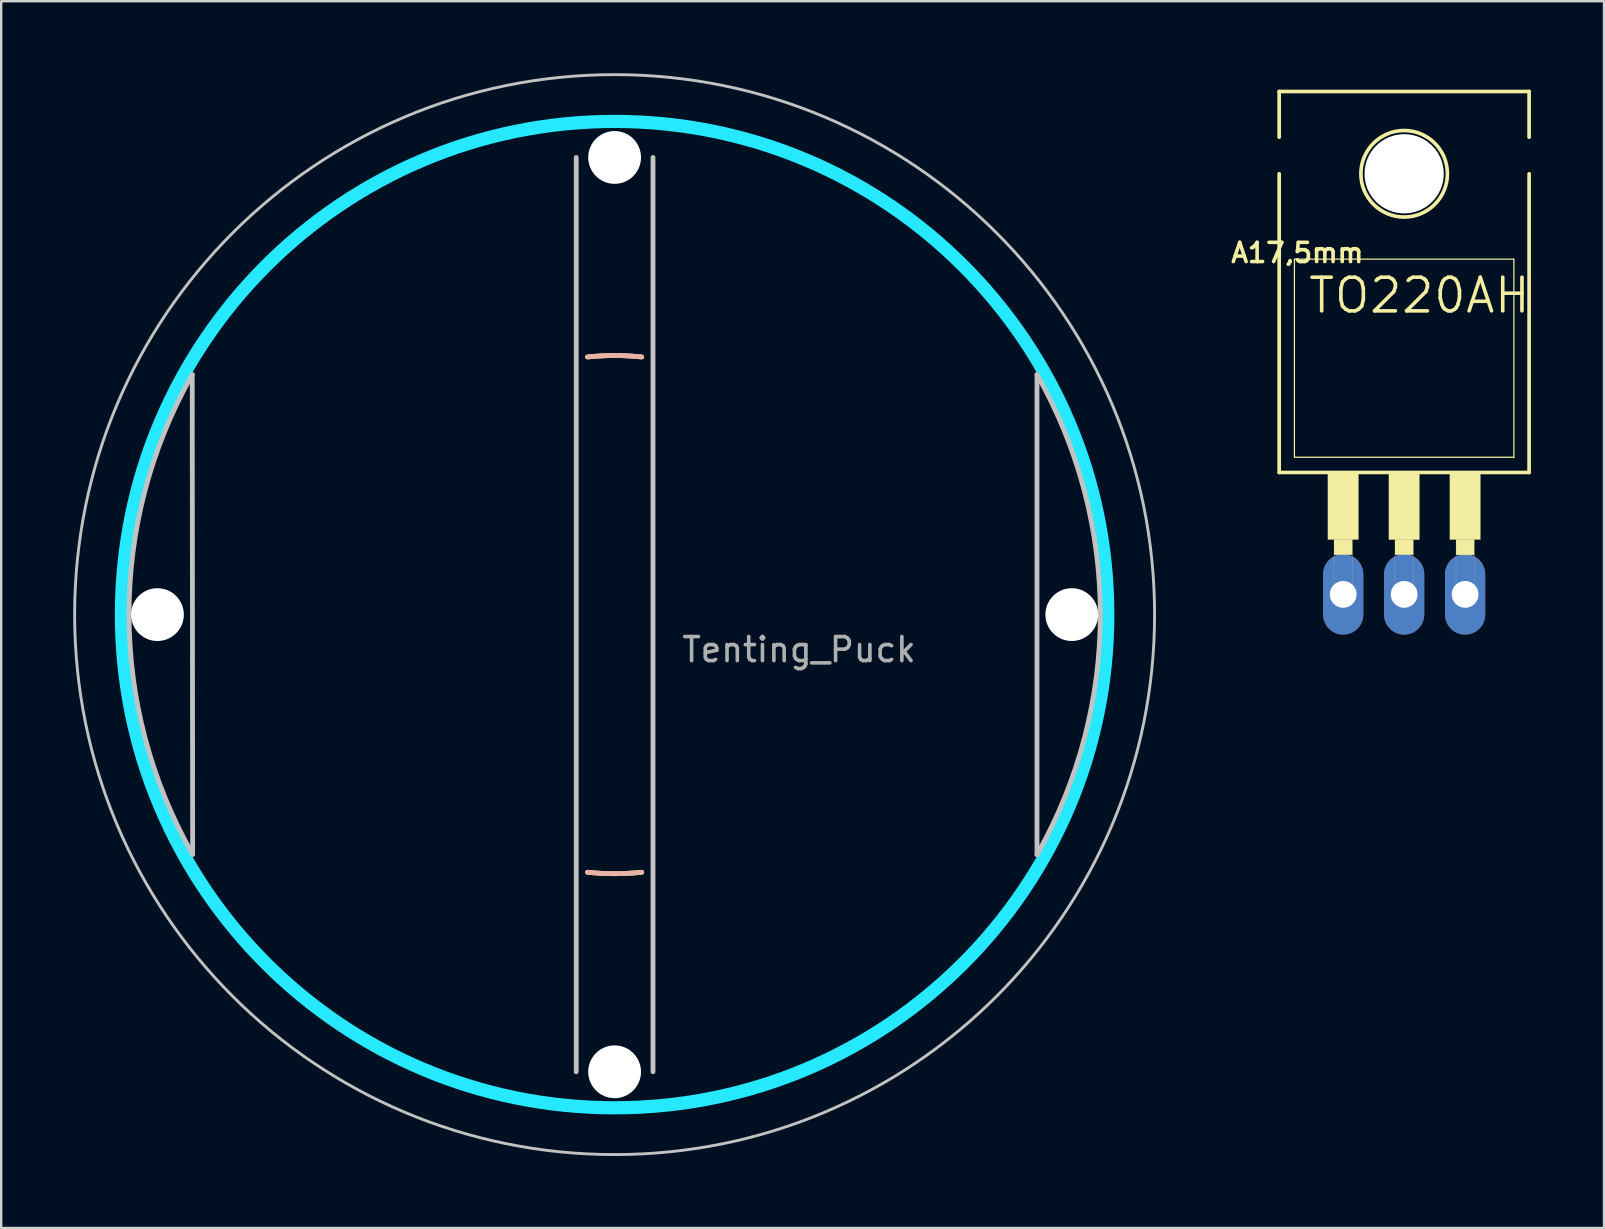
<source format=kicad_pcb>
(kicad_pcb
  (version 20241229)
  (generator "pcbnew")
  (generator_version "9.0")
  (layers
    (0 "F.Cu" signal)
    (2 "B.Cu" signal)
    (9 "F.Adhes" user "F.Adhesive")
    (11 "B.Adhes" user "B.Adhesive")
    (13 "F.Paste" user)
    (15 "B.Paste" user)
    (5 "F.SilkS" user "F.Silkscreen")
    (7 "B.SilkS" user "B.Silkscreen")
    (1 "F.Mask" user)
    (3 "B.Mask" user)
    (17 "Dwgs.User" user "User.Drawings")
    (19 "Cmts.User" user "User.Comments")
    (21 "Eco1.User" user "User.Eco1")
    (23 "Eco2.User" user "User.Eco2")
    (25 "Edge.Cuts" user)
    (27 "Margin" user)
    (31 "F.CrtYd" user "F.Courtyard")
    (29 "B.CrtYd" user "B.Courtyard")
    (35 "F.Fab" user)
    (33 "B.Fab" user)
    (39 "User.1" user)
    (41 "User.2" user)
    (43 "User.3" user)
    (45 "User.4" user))
  (footprint "Tenting_Puck"
    (layer "F.Cu")
    (at 22.56 22.56)
    (property "Reference" "Tenting_Puck" (at 7.684 1.46 0) (layer "F.Fab") (effects (font (size 1 1) (thickness 0.15))))
    (attr through_hole)
    (fp_arc (start -20.32 -2.8575) (mid -19.91151 -4.959786) (end -19.286134 -7.008048) (stroke (width 0.2) (type solid)) (layer "F.SilkS"))
    (fp_arc (start -19.286134 7.008047) (mid -19.91151 4.959786) (end -20.32 2.8575) (stroke (width 0.2) (type solid)) (layer "F.SilkS"))
    (fp_arc (start -7.008048 -19.286134) (mid -4.959786 -19.91151) (end -2.8575 -20.32) (stroke (width 0.2) (type solid)) (layer "F.SilkS"))
    (fp_arc (start -2.8575 20.32) (mid -4.959785 19.91151) (end -7.008046 19.286135) (stroke (width 0.2) (type solid)) (layer "F.SilkS"))
    (fp_arc (start -1.128385 -10.735864) (mid -0.564967 -10.780206) (end 0 -10.795) (stroke (width 0.2) (type solid)) (layer "F.SilkS"))
    (fp_arc (start 0 -10.795) (mid 0.564967 -10.780206) (end 1.128385 -10.735864) (stroke (width 0.2) (type solid)) (layer "F.SilkS"))
    (fp_arc (start 0 10.795) (mid -0.564967 10.780206) (end -1.128385 10.735864) (stroke (width 0.2) (type solid)) (layer "F.SilkS"))
    (fp_arc (start 1.128385 10.735864) (mid 0.564967 10.780206) (end 0 10.795) (stroke (width 0.2) (type solid)) (layer "F.SilkS"))
    (fp_arc (start 2.8575 -20.32) (mid 4.959786 -19.91151) (end 7.008047 -19.286134) (stroke (width 0.2) (type solid)) (layer "F.SilkS"))
    (fp_arc (start 7.008047 19.286134) (mid 4.959786 19.91151) (end 2.8575 20.32) (stroke (width 0.2) (type solid)) (layer "F.SilkS"))
    (fp_arc (start 19.286135 -7.008045) (mid 19.91151 -4.959785) (end 20.32 -2.8575) (stroke (width 0.2) (type solid)) (layer "F.SilkS"))
    (fp_arc (start 20.32 2.8575) (mid 19.91151 4.959785) (end 19.286135 7.008046) (stroke (width 0.2) (type solid)) (layer "F.SilkS"))
    (fp_arc (start -20.32 -2.8575) (mid -19.91151 -4.959784) (end -19.286136 -7.008044) (stroke (width 0.2) (type solid)) (layer "B.SilkS"))
    (fp_arc (start -19.286135 7.008046) (mid -19.91151 4.959785) (end -20.32 2.8575) (stroke (width 0.2) (type solid)) (layer "B.SilkS"))
    (fp_arc (start -7.008046 -19.286135) (mid -4.959785 -19.91151) (end -2.8575 -20.32) (stroke (width 0.2) (type solid)) (layer "B.SilkS"))
    (fp_arc (start -2.8575 20.32) (mid -4.959785 19.91151) (end -7.008045 19.286135) (stroke (width 0.2) (type solid)) (layer "B.SilkS"))
    (fp_arc (start -1.128385 -10.735864) (mid -0.564967 -10.780206) (end 0 -10.795) (stroke (width 0.2) (type solid)) (layer "B.SilkS"))
    (fp_arc (start 0 -10.795) (mid 0.564967 -10.780206) (end 1.128385 -10.735864) (stroke (width 0.2) (type solid)) (layer "B.SilkS"))
    (fp_arc (start 0 10.795) (mid -0.564967 10.780206) (end -1.128385 10.735864) (stroke (width 0.2) (type solid)) (layer "B.SilkS"))
    (fp_arc (start 1.128385 10.735864) (mid 0.564967 10.780206) (end 0 10.795) (stroke (width 0.2) (type solid)) (layer "B.SilkS"))
    (fp_arc (start 2.8575 -20.32) (mid 4.959787 -19.91151) (end 7.008049 -19.286134) (stroke (width 0.2) (type solid)) (layer "B.SilkS"))
    (fp_arc (start 7.008045 19.286135) (mid 4.959785 19.91151) (end 2.8575 20.32) (stroke (width 0.2) (type solid)) (layer "B.SilkS"))
    (fp_arc (start 19.286134 -7.008048) (mid 19.91151 -4.959786) (end 20.32 -2.8575) (stroke (width 0.2) (type solid)) (layer "B.SilkS"))
    (fp_arc (start 20.32 2.8575) (mid 19.91151 4.959786) (end 19.286134 7.008048) (stroke (width 0.2) (type solid)) (layer "B.SilkS"))
    (fp_line (start -17.583 9.99) (end -17.6 -10) (stroke (width 0.2) (type solid)) (layer "Dwgs.User"))
    (fp_line (start -1.6 19.05) (end -1.6 -19.05) (stroke (width 0.2) (type solid)) (layer "Dwgs.User"))
    (fp_line (start 1.6 19.05) (end 1.6 -19.05) (stroke (width 0.2) (type solid)) (layer "Dwgs.User"))
    (fp_line (start 17.6 10) (end 17.6 -10) (stroke (width 0.2) (type solid)) (layer "Dwgs.User"))
    (fp_arc (start -17.582827 9.990223) (mid -20.232649 -0.00262) (end -17.599999 -10) (stroke (width 0.2) (type default)) (layer "Dwgs.User"))
    (fp_arc (start 17.599999 -10) (mid 20.238618 0) (end 17.599999 10) (stroke (width 0.2) (type default)) (layer "Dwgs.User"))
    (fp_circle (center 0 0) (end 22.5 0) (stroke (width 0.12) (type default)) (fill no) (layer "Dwgs.User"))
    (fp_circle (center 0 0) (end 20.55 0) (stroke (width 0.55) (type solid)) (fill no) (layer "B.CrtYd"))
    (fp_circle (center -19.05 0) (end -17.3 0) (stroke (width 0.12) (type default)) (fill no) (layer "User.4"))
    (fp_circle (center 0 -19.05) (end 1.75 -19.05) (stroke (width 0.12) (type default)) (fill no) (layer "User.4"))
    (fp_circle (center 0 19.05) (end 1.75 19.05) (stroke (width 0.12) (type default)) (fill no) (layer "User.4"))
    (fp_circle (center 19.05 0) (end 20.8 0) (stroke (width 0.12) (type default)) (fill no) (layer "User.4"))
    (fp_circle (center 0 0) (end 22.5 0) (stroke (width 0.12) (type default)) (fill no) (layer "User.5"))
    (fp_circle (center -19.05 0) (end -17.95 0) (stroke (width 0.1) (type default)) (fill no) (layer "User.8"))
    (fp_circle (center 0 -19.05) (end 1.1 -19.05) (stroke (width 0.1) (type default)) (fill no) (layer "User.8"))
    (fp_circle (center 0 19.05) (end 1.1 19.05) (stroke (width 0.1) (type default)) (fill no) (layer "User.8"))
    (fp_circle (center 19.05 0) (end 20.15 0) (stroke (width 0.1) (type default)) (fill no) (layer "User.8"))
    (fp_circle (center 0 0) (end 20.55 0) (stroke (width 0.1) (type solid)) (fill no) (layer "User.9"))
    (pad "" np_thru_hole circle (at -19.05 0) (size 2.2 2.2) (drill 2.2) (layers "*.Cu" "*.Mask"))
    (pad "" np_thru_hole circle (at 0 -19.05) (size 2.2 2.2) (drill 2.2) (layers "*.Cu" "*.Mask"))
    (pad "" np_thru_hole circle (at 0 19.05) (size 2.2 2.2) (drill 2.2) (layers "*.Cu" "*.Mask"))
    (pad "" np_thru_hole circle (at 19.05 0) (size 2.2 2.2) (drill 2.2) (layers "*.Cu" "*.Mask")))
  (footprint "TO220AH"
    (layer "F.Cu")
    (at 55.459 15.367)
    (property "Reference" "TO220AH" (at 0.636 -6.105 0) (layer "F.SilkS") (effects (font (size 1.402 1.402) (thickness 0.15))))
    (attr through_hole)
    (fp_line (start -5.207 -12.7) (end -5.207 -14.605) (stroke (width 0.152) (type solid)) (layer "F.SilkS"))
    (fp_line (start -5.207 1.27) (end -5.207 -11.176) (stroke (width 0.152) (type solid)) (layer "F.SilkS"))
    (fp_line (start -5.207 1.27) (end 5.207 1.27) (stroke (width 0.152) (type solid)) (layer "F.SilkS"))
    (fp_line (start -4.572 0.635) (end -4.572 -7.62) (stroke (width 0.051) (type solid)) (layer "F.SilkS"))
    (fp_line (start -4.572 0.635) (end 4.572 0.635) (stroke (width 0.051) (type solid)) (layer "F.SilkS"))
    (fp_line (start 4.572 -7.62) (end -4.572 -7.62) (stroke (width 0.051) (type solid)) (layer "F.SilkS"))
    (fp_line (start 4.572 -7.62) (end 4.572 0.635) (stroke (width 0.051) (type solid)) (layer "F.SilkS"))
    (fp_line (start 5.207 -14.605) (end -5.207 -14.605) (stroke (width 0.152) (type solid)) (layer "F.SilkS"))
    (fp_line (start 5.207 -12.7) (end 5.207 -14.605) (stroke (width 0.152) (type solid)) (layer "F.SilkS"))
    (fp_line (start 5.207 1.27) (end 5.207 -11.176) (stroke (width 0.152) (type solid)) (layer "F.SilkS"))
    (fp_circle (center 0 -11.176) (end 1.803 -11.176) (stroke (width 0.152) (type solid)) (fill no) (layer "F.SilkS"))
    (fp_poly (pts (xy -3.177 1.27) (xy -1.905 1.27) (xy -1.905 4.066) (xy -3.177 4.066)) (stroke (width 0.01) (type solid)) (fill yes) (layer "F.SilkS"))
    (fp_poly (pts (xy -2.922 4.064) (xy -2.159 4.064) (xy -2.159 4.7) (xy -2.922 4.7)) (stroke (width 0.01) (type solid)) (fill yes) (layer "F.SilkS"))
    (fp_poly (pts (xy -0.635 1.27) (xy 0.635 1.27) (xy 0.635 4.067) (xy -0.635 4.067)) (stroke (width 0.01) (type solid)) (fill yes) (layer "F.SilkS"))
    (fp_poly (pts (xy -0.381 4.064) (xy 0.381 4.064) (xy 0.381 4.701) (xy -0.381 4.701)) (stroke (width 0.01) (type solid)) (fill yes) (layer "F.SilkS"))
    (fp_poly (pts (xy 1.906 1.27) (xy 3.175 1.27) (xy 3.175 4.066) (xy 1.906 4.066)) (stroke (width 0.01) (type solid)) (fill yes) (layer "F.SilkS"))
    (fp_poly (pts (xy 2.163 4.064) (xy 2.921 4.064) (xy 2.921 4.707) (xy 2.163 4.707)) (stroke (width 0.01) (type solid)) (fill yes) (layer "F.SilkS"))
    (fp_poly (pts (xy -2.925 4.699) (xy -2.159 4.699) (xy -2.159 6.614) (xy -2.925 6.614)) (stroke (width 0.01) (type solid)) (fill no) (layer "F.Fab"))
    (fp_poly (pts (xy -0.382 4.699) (xy 0.381 4.699) (xy 0.381 6.615) (xy -0.382 6.615)) (stroke (width 0.01) (type solid)) (fill no) (layer "F.Fab"))
    (fp_poly (pts (xy 2.161 4.699) (xy 2.921 4.699) (xy 2.921 6.611) (xy 2.161 6.611)) (stroke (width 0.01) (type solid)) (fill no) (layer "F.Fab"))
    (fp_text user "A17,5mm" (at -4.449 -7.881 0) (layer "F.SilkS") (effects (font (size 0.801 0.801) (thickness 0.15))))
    (pad "" np_thru_hole circle (at 0 -11.176) (size 3.302 3.302) (drill 3.302) (layers "*.Cu" "*.Mask"))
    (pad "B" thru_hole oval (at -2.54 6.35) (size 1.676 3.353) (drill 1.118) (layers "*.Cu" "*.Mask"))
    (pad "C" thru_hole oval (at 0 6.35) (size 1.676 3.353) (drill 1.118) (layers "*.Cu" "*.Mask"))
    (pad "E" thru_hole oval (at 2.54 6.35) (size 1.676 3.353) (drill 1.118) (layers "*.Cu" "*.Mask"))
    (zone (net_name "") (layers "F.Cu" "B.Cu") (hatch full 0.508) (connect_pads) (min_thickness 0) (filled_areas_thickness no) (keepout (tracks allowed) (vias not_allowed) (pads allowed) (copperpour allowed) (footprints allowed)) (placement (enabled no)) (fill) (polygon (pts (xy 59.65 4.191) (xy 59.63 4.602) (xy 59.57 5.009) (xy 59.47 5.408) (xy 59.331 5.795) (xy 59.155 6.167) (xy 58.944 6.519) (xy 58.699 6.85) (xy 58.423 7.154) (xy 58.118 7.431) (xy 57.787 7.676) (xy 57.435 7.887) (xy 57.063 8.063) (xy 56.676 8.202) (xy 56.277 8.301) (xy 55.87 8.362) (xy 55.459 8.382) (xy 55.048 8.362) (xy 54.641 8.301) (xy 54.243 8.202) (xy 53.855 8.063) (xy 53.483 7.887) (xy 53.131 7.676) (xy 52.8 7.431) (xy 52.496 7.154) (xy 52.219 6.85) (xy 51.974 6.519) (xy 51.763 6.167) (xy 51.587 5.795) (xy 51.449 5.408) (xy 51.349 5.009) (xy 51.288 4.602) (xy 51.268 4.191) (xy 51.288 3.78) (xy 51.349 3.373) (xy 51.449 2.974) (xy 51.587 2.587) (xy 51.763 2.215) (xy 51.974 1.863) (xy 52.219 1.532) (xy 52.496 1.228) (xy 52.8 0.951) (xy 53.131 0.706) (xy 53.483 0.495) (xy 53.855 0.319) (xy 54.243 0.18) (xy 54.641 0.081) (xy 55.048 0.02) (xy 55.459 0) (xy 55.87 0.02) (xy 56.277 0.081) (xy 56.676 0.18) (xy 57.063 0.319) (xy 57.435 0.495) (xy 57.787 0.706) (xy 58.118 0.951) (xy 58.423 1.228) (xy 58.699 1.532) (xy 58.944 1.863) (xy 59.155 2.215) (xy 59.331 2.587) (xy 59.47 2.974) (xy 59.57 3.373) (xy 59.63 3.78))))
    (zone (net_name "") (layer "B.Cu") (hatch full 0.508) (connect_pads) (min_thickness 0) (filled_areas_thickness no) (keepout (tracks not_allowed) (vias not_allowed) (pads not_allowed) (copperpour not_allowed) (footprints allowed)) (placement (enabled no)) (fill) (polygon (pts (xy 59.65 4.191) (xy 59.63 4.602) (xy 59.57 5.009) (xy 59.47 5.408) (xy 59.331 5.795) (xy 59.155 6.167) (xy 58.944 6.519) (xy 58.699 6.85) (xy 58.423 7.154) (xy 58.118 7.431) (xy 57.787 7.676) (xy 57.435 7.887) (xy 57.063 8.063) (xy 56.676 8.202) (xy 56.277 8.301) (xy 55.87 8.362) (xy 55.459 8.382) (xy 55.048 8.362) (xy 54.641 8.301) (xy 54.243 8.202) (xy 53.855 8.063) (xy 53.483 7.887) (xy 53.131 7.676) (xy 52.8 7.431) (xy 52.496 7.154) (xy 52.219 6.85) (xy 51.974 6.519) (xy 51.763 6.167) (xy 51.587 5.795) (xy 51.449 5.408) (xy 51.349 5.009) (xy 51.288 4.602) (xy 51.268 4.191) (xy 51.288 3.78) (xy 51.349 3.373) (xy 51.449 2.974) (xy 51.587 2.587) (xy 51.763 2.215) (xy 51.974 1.863) (xy 52.219 1.532) (xy 52.496 1.228) (xy 52.8 0.951) (xy 53.131 0.706) (xy 53.483 0.495) (xy 53.855 0.319) (xy 54.243 0.18) (xy 54.641 0.081) (xy 55.048 0.02) (xy 55.459 0) (xy 55.87 0.02) (xy 56.277 0.081) (xy 56.676 0.18) (xy 57.063 0.319) (xy 57.435 0.495) (xy 57.787 0.706) (xy 58.118 0.951) (xy 58.423 1.228) (xy 58.699 1.532) (xy 58.944 1.863) (xy 59.155 2.215) (xy 59.331 2.587) (xy 59.47 2.974) (xy 59.57 3.373) (xy 59.63 3.78)))))
  (gr_rect
    (start -3 -3)
    (end 63.787 48.12)
    (stroke (width 0.1) (type default))
    (fill no)
    (layer "Edge.Cuts")))
</source>
